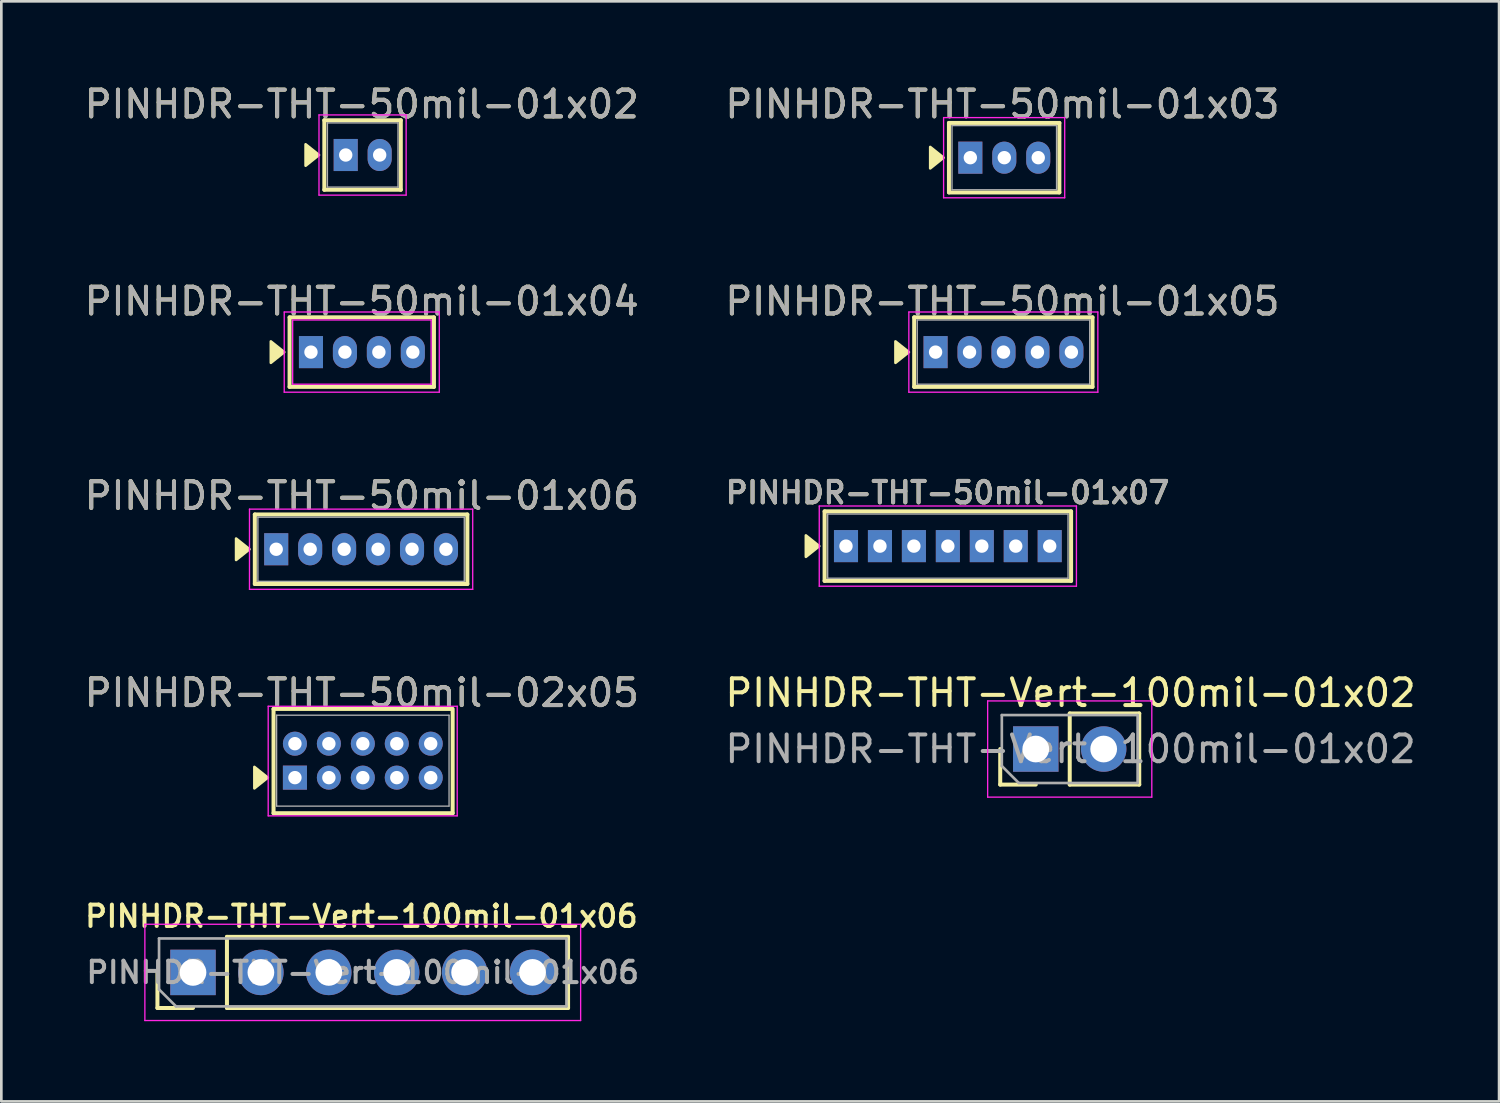
<source format=kicad_pcb>
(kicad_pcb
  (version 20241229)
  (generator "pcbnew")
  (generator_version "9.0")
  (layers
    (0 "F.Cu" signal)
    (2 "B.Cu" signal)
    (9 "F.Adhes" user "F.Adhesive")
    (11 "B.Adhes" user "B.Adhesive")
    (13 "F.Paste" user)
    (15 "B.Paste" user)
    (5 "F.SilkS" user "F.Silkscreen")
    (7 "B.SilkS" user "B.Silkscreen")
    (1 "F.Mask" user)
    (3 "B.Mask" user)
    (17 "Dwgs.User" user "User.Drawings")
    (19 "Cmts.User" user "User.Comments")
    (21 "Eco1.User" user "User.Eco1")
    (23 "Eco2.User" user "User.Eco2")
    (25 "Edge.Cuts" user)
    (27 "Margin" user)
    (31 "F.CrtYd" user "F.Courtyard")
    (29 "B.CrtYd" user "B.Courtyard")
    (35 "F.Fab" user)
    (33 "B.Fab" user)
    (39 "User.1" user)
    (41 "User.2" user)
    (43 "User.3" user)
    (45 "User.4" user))
  (footprint "PINHDR-THT-Vert-100mil-01x02"
    (layer "F.Cu")
    (at 35.694 24.968)
    (property "Reference" "PINHDR-THT-Vert-100mil-01x02" (at 1.3 -2.1 0) (layer "F.SilkS") (effects (font (size 1 1) (thickness 0.15))))
    (attr through_hole)
    (fp_line (start -1.33 1.33) (end -1.33 0) (stroke (width 0.15) (type solid)) (layer "F.SilkS"))
    (fp_line (start 0 1.33) (end -1.33 1.33) (stroke (width 0.15) (type solid)) (layer "F.SilkS"))
    (fp_line (start 1.27 -1.33) (end 3.87 -1.33) (stroke (width 0.15) (type solid)) (layer "F.SilkS"))
    (fp_line (start 1.27 1.33) (end 1.27 -1.33) (stroke (width 0.15) (type solid)) (layer "F.SilkS"))
    (fp_line (start 1.27 1.33) (end 3.87 1.33) (stroke (width 0.15) (type solid)) (layer "F.SilkS"))
    (fp_line (start 3.87 1.33) (end 3.87 -1.33) (stroke (width 0.15) (type solid)) (layer "F.SilkS"))
    (fp_line (start -1.8 -1.8) (end -1.8 1.8) (stroke (width 0.05) (type solid)) (layer "F.CrtYd"))
    (fp_line (start -1.8 1.8) (end 4.34 1.8) (stroke (width 0.05) (type solid)) (layer "F.CrtYd"))
    (fp_line (start 4.34 -1.8) (end -1.8 -1.8) (stroke (width 0.05) (type solid)) (layer "F.CrtYd"))
    (fp_line (start 4.34 1.8) (end 4.34 -1.8) (stroke (width 0.05) (type solid)) (layer "F.CrtYd"))
    (fp_line (start -1.27 -1.27) (end 3.81 -1.27) (stroke (width 0.1) (type solid)) (layer "F.Fab"))
    (fp_line (start -1.27 0.635) (end -1.27 -1.27) (stroke (width 0.1) (type solid)) (layer "F.Fab"))
    (fp_line (start -0.635 1.27) (end -1.27 0.635) (stroke (width 0.1) (type solid)) (layer "F.Fab"))
    (fp_line (start 3.81 -1.27) (end 3.81 1.27) (stroke (width 0.1) (type solid)) (layer "F.Fab"))
    (fp_line (start 3.81 1.27) (end -0.635 1.27) (stroke (width 0.1) (type solid)) (layer "F.Fab"))
    (fp_text user "${REFERENCE}" (at 1.3 0 180) (layer "F.Fab") (effects (font (size 1 1) (thickness 0.15))))
    (pad "1" thru_hole rect (at 0 0 90) (size 1.7 1.7) (drill 1) (layers "*.Cu" "*.Mask"))
    (pad "2" thru_hole oval (at 2.54 0 90) (size 1.7 1.7) (drill 1) (layers "*.Cu" "*.Mask")))
  (footprint "PINHDR-THT-50mil-01x05"
    (layer "F.Cu")
    (at 31.946 10.121)
    (property "Reference" "PINHDR-THT-50mil-01x05" (at 2.5 -1.9 0) (layer "F.SilkS") (effects (font (size 1 1) (thickness 0.15))))
    (attr through_hole)
    (fp_line (start -0.8 -1.3) (end 5.87 -1.3) (stroke (width 0.15) (type solid)) (layer "F.SilkS"))
    (fp_line (start -0.8 1.3) (end -0.8 -1.3) (stroke (width 0.15) (type solid)) (layer "F.SilkS"))
    (fp_line (start -0.8 1.3) (end 5.87 1.3) (stroke (width 0.15) (type solid)) (layer "F.SilkS"))
    (fp_line (start 5.87 1.3) (end 5.87 -1.3) (stroke (width 0.15) (type solid)) (layer "F.SilkS"))
    (fp_poly (pts (xy -1 0) (xy -1.5 -0.4) (xy -1.5 0.4)) (stroke (width 0.1) (type solid)) (fill yes) (layer "F.SilkS"))
    (fp_line (start -1 -1.5) (end 6.07 -1.5) (stroke (width 0.05) (type solid)) (layer "F.CrtYd"))
    (fp_line (start -1 1.5) (end -1 -1.5) (stroke (width 0.05) (type solid)) (layer "F.CrtYd"))
    (fp_line (start 6.07 -1.5) (end 6.07 1.5) (stroke (width 0.05) (type solid)) (layer "F.CrtYd"))
    (fp_line (start 6.07 1.5) (end -1 1.5) (stroke (width 0.05) (type solid)) (layer "F.CrtYd"))
    (fp_line (start -0.685 -1.2) (end 5.765 -1.2) (stroke (width 0.05) (type solid)) (layer "F.Fab"))
    (fp_line (start -0.685 1.2) (end -0.685 -1.2) (stroke (width 0.05) (type solid)) (layer "F.Fab"))
    (fp_line (start 5.765 -1.2) (end 5.765 1.2) (stroke (width 0.05) (type solid)) (layer "F.Fab"))
    (fp_line (start 5.765 1.2) (end -0.685 1.2) (stroke (width 0.05) (type solid)) (layer "F.Fab"))
    (fp_text user "${REFERENCE}" (at 2.5 -1.9 0) (layer "F.Fab") (effects (font (size 1 1) (thickness 0.15))))
    (pad "1" thru_hole rect (at 0 0) (size 0.9 1.2) (drill 0.5) (layers "*.Cu" "*.Mask"))
    (pad "2" thru_hole oval (at 1.27 0) (size 0.9 1.2) (drill 0.5) (layers "*.Cu" "*.Mask"))
    (pad "3" thru_hole oval (at 2.54 0) (size 0.9 1.2) (drill 0.5) (layers "*.Cu" "*.Mask"))
    (pad "4" thru_hole oval (at 3.81 0) (size 0.9 1.2) (drill 0.5) (layers "*.Cu" "*.Mask"))
    (pad "5" thru_hole oval (at 5.08 0) (size 0.9 1.2) (drill 0.5) (layers "*.Cu" "*.Mask")))
  (footprint "PINHDR-THT-Vert-100mil-01x06"
    (layer "F.Cu")
    (at 4.169 33.324)
    (property "Reference" "PINHDR-THT-Vert-100mil-01x06" (at 6.3 -2.1 0) (layer "F.SilkS") (effects (font (size 0.8 0.8) (thickness 0.15))))
    (attr through_hole)
    (fp_line (start -1.33 1.33) (end -1.33 0) (stroke (width 0.15) (type solid)) (layer "F.SilkS"))
    (fp_line (start 0 1.33) (end -1.33 1.33) (stroke (width 0.15) (type solid)) (layer "F.SilkS"))
    (fp_line (start 1.27 -1.33) (end 14.03 -1.33) (stroke (width 0.15) (type solid)) (layer "F.SilkS"))
    (fp_line (start 1.27 1.33) (end 1.27 -1.33) (stroke (width 0.15) (type solid)) (layer "F.SilkS"))
    (fp_line (start 1.27 1.33) (end 14.03 1.33) (stroke (width 0.15) (type solid)) (layer "F.SilkS"))
    (fp_line (start 14.03 1.33) (end 14.03 -1.33) (stroke (width 0.15) (type solid)) (layer "F.SilkS"))
    (fp_line (start -1.8 -1.8) (end -1.8 1.8) (stroke (width 0.05) (type solid)) (layer "F.CrtYd"))
    (fp_line (start -1.8 1.8) (end 14.5 1.8) (stroke (width 0.05) (type solid)) (layer "F.CrtYd"))
    (fp_line (start 14.5 -1.8) (end -1.8 -1.8) (stroke (width 0.05) (type solid)) (layer "F.CrtYd"))
    (fp_line (start 14.5 1.8) (end 14.5 -1.8) (stroke (width 0.05) (type solid)) (layer "F.CrtYd"))
    (fp_line (start -1.27 -1.27) (end 13.97 -1.27) (stroke (width 0.1) (type solid)) (layer "F.Fab"))
    (fp_line (start -1.27 0.635) (end -1.27 -1.27) (stroke (width 0.1) (type solid)) (layer "F.Fab"))
    (fp_line (start -0.635 1.27) (end -1.27 0.635) (stroke (width 0.1) (type solid)) (layer "F.Fab"))
    (fp_line (start 13.97 -1.27) (end 13.97 1.27) (stroke (width 0.1) (type solid)) (layer "F.Fab"))
    (fp_line (start 13.97 1.27) (end -0.635 1.27) (stroke (width 0.1) (type solid)) (layer "F.Fab"))
    (fp_text user "${REFERENCE}" (at 6.35 0 180) (layer "F.Fab") (effects (font (size 0.8 0.8) (thickness 0.15))))
    (pad "1" thru_hole rect (at 0 0 90) (size 1.7 1.7) (drill 1) (layers "*.Cu" "*.Mask"))
    (pad "2" thru_hole oval (at 2.54 0 90) (size 1.7 1.7) (drill 1) (layers "*.Cu" "*.Mask"))
    (pad "3" thru_hole oval (at 5.08 0 90) (size 1.7 1.7) (drill 1) (layers "*.Cu" "*.Mask"))
    (pad "4" thru_hole oval (at 7.62 0 90) (size 1.7 1.7) (drill 1) (layers "*.Cu" "*.Mask"))
    (pad "5" thru_hole oval (at 10.16 0 90) (size 1.7 1.7) (drill 1) (layers "*.Cu" "*.Mask"))
    (pad "6" thru_hole oval (at 12.7 0 90) (size 1.7 1.7) (drill 1) (layers "*.Cu" "*.Mask")))
  (footprint "PINHDR-THT-50mil-01x03"
    (layer "F.Cu")
    (at 33.246 2.848)
    (property "Reference" "PINHDR-THT-50mil-01x03" (at 1.2 -2 0) (layer "F.SilkS") (effects (font (size 1 1) (thickness 0.15))))
    (attr through_hole)
    (fp_line (start -0.8 -1.3) (end 3.33 -1.3) (stroke (width 0.15) (type solid)) (layer "F.SilkS"))
    (fp_line (start -0.8 1.3) (end -0.8 -1.3) (stroke (width 0.15) (type solid)) (layer "F.SilkS"))
    (fp_line (start -0.8 1.3) (end 3.33 1.3) (stroke (width 0.15) (type solid)) (layer "F.SilkS"))
    (fp_line (start 3.33 1.3) (end 3.33 -1.3) (stroke (width 0.15) (type solid)) (layer "F.SilkS"))
    (fp_poly (pts (xy -1 0) (xy -1.5 -0.4) (xy -1.5 0.4)) (stroke (width 0.1) (type solid)) (fill yes) (layer "F.SilkS"))
    (fp_line (start -1 -1.5) (end 3.53 -1.5) (stroke (width 0.05) (type solid)) (layer "F.CrtYd"))
    (fp_line (start -1 1.5) (end -1 -1.5) (stroke (width 0.05) (type solid)) (layer "F.CrtYd"))
    (fp_line (start 3.53 -1.5) (end 3.53 1.5) (stroke (width 0.05) (type solid)) (layer "F.CrtYd"))
    (fp_line (start 3.53 1.5) (end -1 1.5) (stroke (width 0.05) (type solid)) (layer "F.CrtYd"))
    (fp_line (start -0.685 -1.2) (end 3.225 -1.2) (stroke (width 0.05) (type solid)) (layer "F.Fab"))
    (fp_line (start -0.685 1.2) (end -0.685 -1.2) (stroke (width 0.05) (type solid)) (layer "F.Fab"))
    (fp_line (start 3.225 -1.2) (end 3.225 1.2) (stroke (width 0.05) (type solid)) (layer "F.Fab"))
    (fp_line (start 3.225 1.2) (end -0.685 1.2) (stroke (width 0.05) (type solid)) (layer "F.Fab"))
    (fp_text user "${REFERENCE}" (at 1.2 -2 0) (layer "F.Fab") (effects (font (size 1 1) (thickness 0.15))))
    (pad "1" thru_hole rect (at 0 0) (size 0.9 1.2) (drill 0.5) (layers "*.Cu" "*.Mask"))
    (pad "2" thru_hole oval (at 1.27 0) (size 0.9 1.2) (drill 0.5) (layers "*.Cu" "*.Mask"))
    (pad "3" thru_hole oval (at 2.54 0) (size 0.9 1.2) (drill 0.5) (layers "*.Cu" "*.Mask")))
  (footprint "PINHDR-THT-50mil-01x04"
    (layer "F.Cu")
    (at 8.582 10.121)
    (property "Reference" "PINHDR-THT-50mil-01x04" (at 1.9 -1.9 0) (layer "F.SilkS") (effects (font (size 1 1) (thickness 0.15))))
    (attr through_hole)
    (fp_line (start -0.8 -1.3) (end 4.6 -1.3) (stroke (width 0.15) (type solid)) (layer "F.SilkS"))
    (fp_line (start -0.8 1.3) (end -0.8 -1.3) (stroke (width 0.15) (type solid)) (layer "F.SilkS"))
    (fp_line (start -0.8 1.3) (end 4.6 1.3) (stroke (width 0.15) (type solid)) (layer "F.SilkS"))
    (fp_line (start 4.6 1.3) (end 4.6 -1.3) (stroke (width 0.15) (type solid)) (layer "F.SilkS"))
    (fp_poly (pts (xy -1 0) (xy -1.5 -0.4) (xy -1.5 0.4)) (stroke (width 0.1) (type solid)) (fill yes) (layer "F.SilkS"))
    (fp_line (start -1 -1.5) (end 4.8 -1.5) (stroke (width 0.05) (type solid)) (layer "F.CrtYd"))
    (fp_line (start -1 1.5) (end -1 -1.5) (stroke (width 0.05) (type solid)) (layer "F.CrtYd"))
    (fp_line (start -0.685 -1.2) (end 4.495 -1.2) (stroke (width 0.05) (type solid)) (layer "F.CrtYd"))
    (fp_line (start -0.685 1.2) (end -0.685 -1.2) (stroke (width 0.05) (type solid)) (layer "F.CrtYd"))
    (fp_line (start 4.495 -1.2) (end 4.495 1.2) (stroke (width 0.05) (type solid)) (layer "F.CrtYd"))
    (fp_line (start 4.495 1.2) (end -0.685 1.2) (stroke (width 0.05) (type solid)) (layer "F.CrtYd"))
    (fp_line (start 4.8 -1.5) (end 4.8 1.5) (stroke (width 0.05) (type solid)) (layer "F.CrtYd"))
    (fp_line (start 4.8 1.5) (end -1 1.5) (stroke (width 0.05) (type solid)) (layer "F.CrtYd"))
    (fp_text user "${REFERENCE}" (at 1.9 -1.9 0) (layer "F.Fab") (effects (font (size 1 1) (thickness 0.15))))
    (pad "1" thru_hole rect (at 0 0) (size 0.9 1.2) (drill 0.5) (layers "*.Cu" "*.Mask"))
    (pad "2" thru_hole oval (at 1.27 0) (size 0.9 1.2) (drill 0.5) (layers "*.Cu" "*.Mask"))
    (pad "3" thru_hole oval (at 2.54 0) (size 0.9 1.2) (drill 0.5) (layers "*.Cu" "*.Mask"))
    (pad "4" thru_hole oval (at 3.81 0) (size 0.9 1.2) (drill 0.5) (layers "*.Cu" "*.Mask")))
  (footprint "PINHDR-THT-50mil-02x05"
    (layer "F.Cu")
    (at 7.982 26.038)
    (property "Reference" "PINHDR-THT-50mil-02x05" (at 2.5 -3.17 0) (layer "F.SilkS") (effects (font (size 1 1) (thickness 0.15))))
    (attr through_hole)
    (fp_line (start -0.8 -2.57) (end 5.87 -2.57) (stroke (width 0.15) (type solid)) (layer "F.SilkS"))
    (fp_line (start -0.8 1.33) (end -0.8 -2.57) (stroke (width 0.15) (type solid)) (layer "F.SilkS"))
    (fp_line (start -0.8 1.33) (end 5.9 1.33) (stroke (width 0.15) (type solid)) (layer "F.SilkS"))
    (fp_line (start 5.9 -2.57) (end 5.9 1.33) (stroke (width 0.15) (type solid)) (layer "F.SilkS"))
    (fp_poly (pts (xy -1.016 0) (xy -1.516 -0.4) (xy -1.516 0.4)) (stroke (width 0.1) (type solid)) (fill yes) (layer "F.SilkS"))
    (fp_line (start -1 -2.67) (end 6.07 -2.67) (stroke (width 0.05) (type solid)) (layer "F.CrtYd"))
    (fp_line (start -1 1.43) (end -1 -2.67) (stroke (width 0.05) (type solid)) (layer "F.CrtYd"))
    (fp_line (start 6.07 -2.67) (end 6.07 1.43) (stroke (width 0.05) (type solid)) (layer "F.CrtYd"))
    (fp_line (start 6.07 1.43) (end -1 1.43) (stroke (width 0.05) (type solid)) (layer "F.CrtYd"))
    (fp_line (start -0.685 -2.335) (end 5.765 -2.335) (stroke (width 0.05) (type solid)) (layer "F.Fab"))
    (fp_line (start -0.685 1.065) (end -0.685 -2.335) (stroke (width 0.05) (type solid)) (layer "F.Fab"))
    (fp_line (start 5.765 -2.335) (end 5.765 1.065) (stroke (width 0.05) (type solid)) (layer "F.Fab"))
    (fp_line (start 5.765 1.065) (end -0.685 1.065) (stroke (width 0.05) (type solid)) (layer "F.Fab"))
    (fp_text user "${REFERENCE}" (at 2.5 -3.17 0) (layer "F.Fab") (effects (font (size 1 1) (thickness 0.15))))
    (pad "1" thru_hole rect (at 0 0) (size 0.9 0.9) (drill 0.5) (layers "*.Cu" "*.Mask"))
    (pad "2" thru_hole circle (at 0 -1.27) (size 0.9 0.9) (drill 0.5) (layers "*.Cu" "*.Mask"))
    (pad "3" thru_hole circle (at 1.27 0) (size 0.9 0.9) (drill 0.5) (layers "*.Cu" "*.Mask"))
    (pad "4" thru_hole circle (at 1.27 -1.27) (size 0.9 0.9) (drill 0.5) (layers "*.Cu" "*.Mask"))
    (pad "5" thru_hole circle (at 2.54 0) (size 0.9 0.9) (drill 0.5) (layers "*.Cu" "*.Mask"))
    (pad "6" thru_hole circle (at 2.54 -1.27) (size 0.9 0.9) (drill 0.5) (layers "*.Cu" "*.Mask"))
    (pad "7" thru_hole circle (at 3.81 0) (size 0.9 0.9) (drill 0.5) (layers "*.Cu" "*.Mask"))
    (pad "8" thru_hole circle (at 3.81 -1.27) (size 0.9 0.9) (drill 0.5) (layers "*.Cu" "*.Mask"))
    (pad "9" thru_hole circle (at 5.08 0) (size 0.9 0.9) (drill 0.5) (layers "*.Cu" "*.Mask"))
    (pad "10" thru_hole circle (at 5.08 -1.27) (size 0.9 0.9) (drill 0.5) (layers "*.Cu" "*.Mask")))
  (footprint "PINHDR-THT-50mil-01x02"
    (layer "F.Cu")
    (at 9.882 2.748)
    (property "Reference" "PINHDR-THT-50mil-01x02" (at 0.6 -1.9 0) (layer "F.SilkS") (effects (font (size 1 1) (thickness 0.15))))
    (attr through_hole)
    (fp_line (start -0.8 -1.3) (end 2.06 -1.3) (stroke (width 0.15) (type solid)) (layer "F.SilkS"))
    (fp_line (start -0.8 1.3) (end -0.8 -1.3) (stroke (width 0.15) (type solid)) (layer "F.SilkS"))
    (fp_line (start -0.8 1.3) (end 2.06 1.3) (stroke (width 0.15) (type solid)) (layer "F.SilkS"))
    (fp_line (start 2.06 1.3) (end 2.06 -1.3) (stroke (width 0.15) (type solid)) (layer "F.SilkS"))
    (fp_poly (pts (xy -1 0) (xy -1.5 -0.4) (xy -1.5 0.4)) (stroke (width 0.1) (type solid)) (fill yes) (layer "F.SilkS"))
    (fp_line (start -1 -1.5) (end 2.26 -1.5) (stroke (width 0.05) (type solid)) (layer "F.CrtYd"))
    (fp_line (start -1 1.5) (end -1 -1.5) (stroke (width 0.05) (type solid)) (layer "F.CrtYd"))
    (fp_line (start 2.26 -1.5) (end 2.26 1.5) (stroke (width 0.05) (type solid)) (layer "F.CrtYd"))
    (fp_line (start 2.26 1.5) (end -1 1.5) (stroke (width 0.05) (type solid)) (layer "F.CrtYd"))
    (fp_line (start -0.685 -1.2) (end 1.955 -1.2) (stroke (width 0.05) (type solid)) (layer "F.Fab"))
    (fp_line (start -0.685 1.2) (end -0.685 -1.2) (stroke (width 0.05) (type solid)) (layer "F.Fab"))
    (fp_line (start 1.955 -1.2) (end 1.955 1.2) (stroke (width 0.05) (type solid)) (layer "F.Fab"))
    (fp_line (start 1.955 1.2) (end -0.685 1.2) (stroke (width 0.05) (type solid)) (layer "F.Fab"))
    (fp_text user "${REFERENCE}" (at 0.6 -1.9 0) (layer "F.Fab") (effects (font (size 1 1) (thickness 0.15))))
    (pad "1" thru_hole rect (at 0 0) (size 0.9 1.2) (drill 0.5) (layers "*.Cu" "*.Mask"))
    (pad "2" thru_hole oval (at 1.27 0) (size 0.9 1.2) (drill 0.5) (layers "*.Cu" "*.Mask")))
  (footprint "PINHDR-THT-50mil-01x07"
    (layer "F.Cu")
    (at 28.595 17.378)
    (property "Reference" "PINHDR-THT-50mil-01x07" (at 3.8 -2 0) (layer "F.SilkS") (effects (font (size 0.8 0.8) (thickness 0.15))))
    (attr through_hole)
    (fp_line (start -0.8 -1.3) (end 8.42 -1.3) (stroke (width 0.15) (type solid)) (layer "F.SilkS"))
    (fp_line (start -0.8 1.3) (end -0.8 -1.3) (stroke (width 0.15) (type solid)) (layer "F.SilkS"))
    (fp_line (start -0.8 1.3) (end 8.42 1.3) (stroke (width 0.15) (type solid)) (layer "F.SilkS"))
    (fp_line (start 8.42 1.3) (end 8.42 -1.3) (stroke (width 0.15) (type solid)) (layer "F.SilkS"))
    (fp_poly (pts (xy -1 0) (xy -1.5 -0.4) (xy -1.5 0.4)) (stroke (width 0.1) (type solid)) (fill yes) (layer "F.SilkS"))
    (fp_line (start -1 -1.5) (end -1 1.5) (stroke (width 0.05) (type solid)) (layer "F.CrtYd"))
    (fp_line (start -1 1.5) (end 8.62 1.5) (stroke (width 0.05) (type solid)) (layer "F.CrtYd"))
    (fp_line (start 8.62 -1.5) (end -1 -1.5) (stroke (width 0.05) (type solid)) (layer "F.CrtYd"))
    (fp_line (start 8.62 1.5) (end 8.62 -1.5) (stroke (width 0.05) (type solid)) (layer "F.CrtYd"))
    (fp_line (start -0.685 -1.2) (end 8.305 -1.2) (stroke (width 0.05) (type solid)) (layer "F.Fab"))
    (fp_line (start -0.685 1.2) (end -0.685 -1.2) (stroke (width 0.05) (type solid)) (layer "F.Fab"))
    (fp_line (start 8.305 -1.2) (end 8.305 1.2) (stroke (width 0.05) (type solid)) (layer "F.Fab"))
    (fp_line (start 8.305 1.2) (end -0.685 1.2) (stroke (width 0.05) (type solid)) (layer "F.Fab"))
    (fp_text user "${REFERENCE}" (at 3.8 -2 0) (layer "F.Fab") (effects (font (size 0.8 0.8) (thickness 0.15))))
    (pad "1" thru_hole rect (at 0 0) (size 0.9 1.2) (drill 0.5) (layers "*.Cu" "*.Mask"))
    (pad "2" thru_hole rect (at 1.27 0) (size 0.9 1.2) (drill 0.5) (layers "*.Cu" "*.Mask"))
    (pad "3" thru_hole rect (at 2.54 0) (size 0.9 1.2) (drill 0.5) (layers "*.Cu" "*.Mask"))
    (pad "4" thru_hole rect (at 3.81 0) (size 0.9 1.2) (drill 0.5) (layers "*.Cu" "*.Mask"))
    (pad "5" thru_hole rect (at 5.08 0) (size 0.9 1.2) (drill 0.5) (layers "*.Cu" "*.Mask"))
    (pad "6" thru_hole rect (at 6.35 0) (size 0.9 1.2) (drill 0.5) (layers "*.Cu" "*.Mask"))
    (pad "7" thru_hole rect (at 7.62 0) (size 0.9 1.2) (drill 0.5) (layers "*.Cu" "*.Mask")))
  (footprint "PINHDR-THT-50mil-01x06"
    (layer "F.Cu")
    (at 7.282 17.495)
    (property "Reference" "PINHDR-THT-50mil-01x06" (at 3.2 -2 0) (layer "F.SilkS") (effects (font (size 1 1) (thickness 0.15))))
    (attr through_hole)
    (fp_line (start -0.8 -1.3) (end 7.15 -1.3) (stroke (width 0.15) (type solid)) (layer "F.SilkS"))
    (fp_line (start -0.8 1.3) (end -0.8 -1.3) (stroke (width 0.15) (type solid)) (layer "F.SilkS"))
    (fp_line (start -0.8 1.3) (end 7.15 1.3) (stroke (width 0.15) (type solid)) (layer "F.SilkS"))
    (fp_line (start 7.15 1.3) (end 7.15 -1.3) (stroke (width 0.15) (type solid)) (layer "F.SilkS"))
    (fp_poly (pts (xy -1 0) (xy -1.5 -0.4) (xy -1.5 0.4)) (stroke (width 0.1) (type solid)) (fill yes) (layer "F.SilkS"))
    (fp_line (start -1 -1.5) (end -1 1.5) (stroke (width 0.05) (type solid)) (layer "F.CrtYd"))
    (fp_line (start -1 1.5) (end 7.35 1.5) (stroke (width 0.05) (type solid)) (layer "F.CrtYd"))
    (fp_line (start 7.35 -1.5) (end -1 -1.5) (stroke (width 0.05) (type solid)) (layer "F.CrtYd"))
    (fp_line (start 7.35 1.5) (end 7.35 -1.5) (stroke (width 0.05) (type solid)) (layer "F.CrtYd"))
    (fp_line (start -0.685 -1.2) (end 7.035 -1.2) (stroke (width 0.05) (type solid)) (layer "F.Fab"))
    (fp_line (start -0.685 1.2) (end -0.685 -1.2) (stroke (width 0.05) (type solid)) (layer "F.Fab"))
    (fp_line (start 7.035 -1.2) (end 7.035 1.2) (stroke (width 0.05) (type solid)) (layer "F.Fab"))
    (fp_line (start 7.035 1.2) (end -0.685 1.2) (stroke (width 0.05) (type solid)) (layer "F.Fab"))
    (fp_text user "${REFERENCE}" (at 3.2 -2 0) (layer "F.Fab") (effects (font (size 1 1) (thickness 0.15))))
    (pad "1" thru_hole rect (at 0 0) (size 0.9 1.2) (drill 0.5) (layers "*.Cu" "*.Mask"))
    (pad "2" thru_hole oval (at 1.27 0) (size 0.9 1.2) (drill 0.5) (layers "*.Cu" "*.Mask"))
    (pad "3" thru_hole oval (at 2.54 0) (size 0.9 1.2) (drill 0.5) (layers "*.Cu" "*.Mask"))
    (pad "4" thru_hole oval (at 3.81 0) (size 0.9 1.2) (drill 0.5) (layers "*.Cu" "*.Mask"))
    (pad "5" thru_hole oval (at 5.08 0) (size 0.9 1.2) (drill 0.5) (layers "*.Cu" "*.Mask"))
    (pad "6" thru_hole oval (at 6.35 0) (size 0.9 1.2) (drill 0.5) (layers "*.Cu" "*.Mask")))
  (gr_rect
    (start -3 -3)
    (end 53.024 38.149)
    (stroke (width 0.1) (type default))
    (fill no)
    (layer "Edge.Cuts")))
</source>
